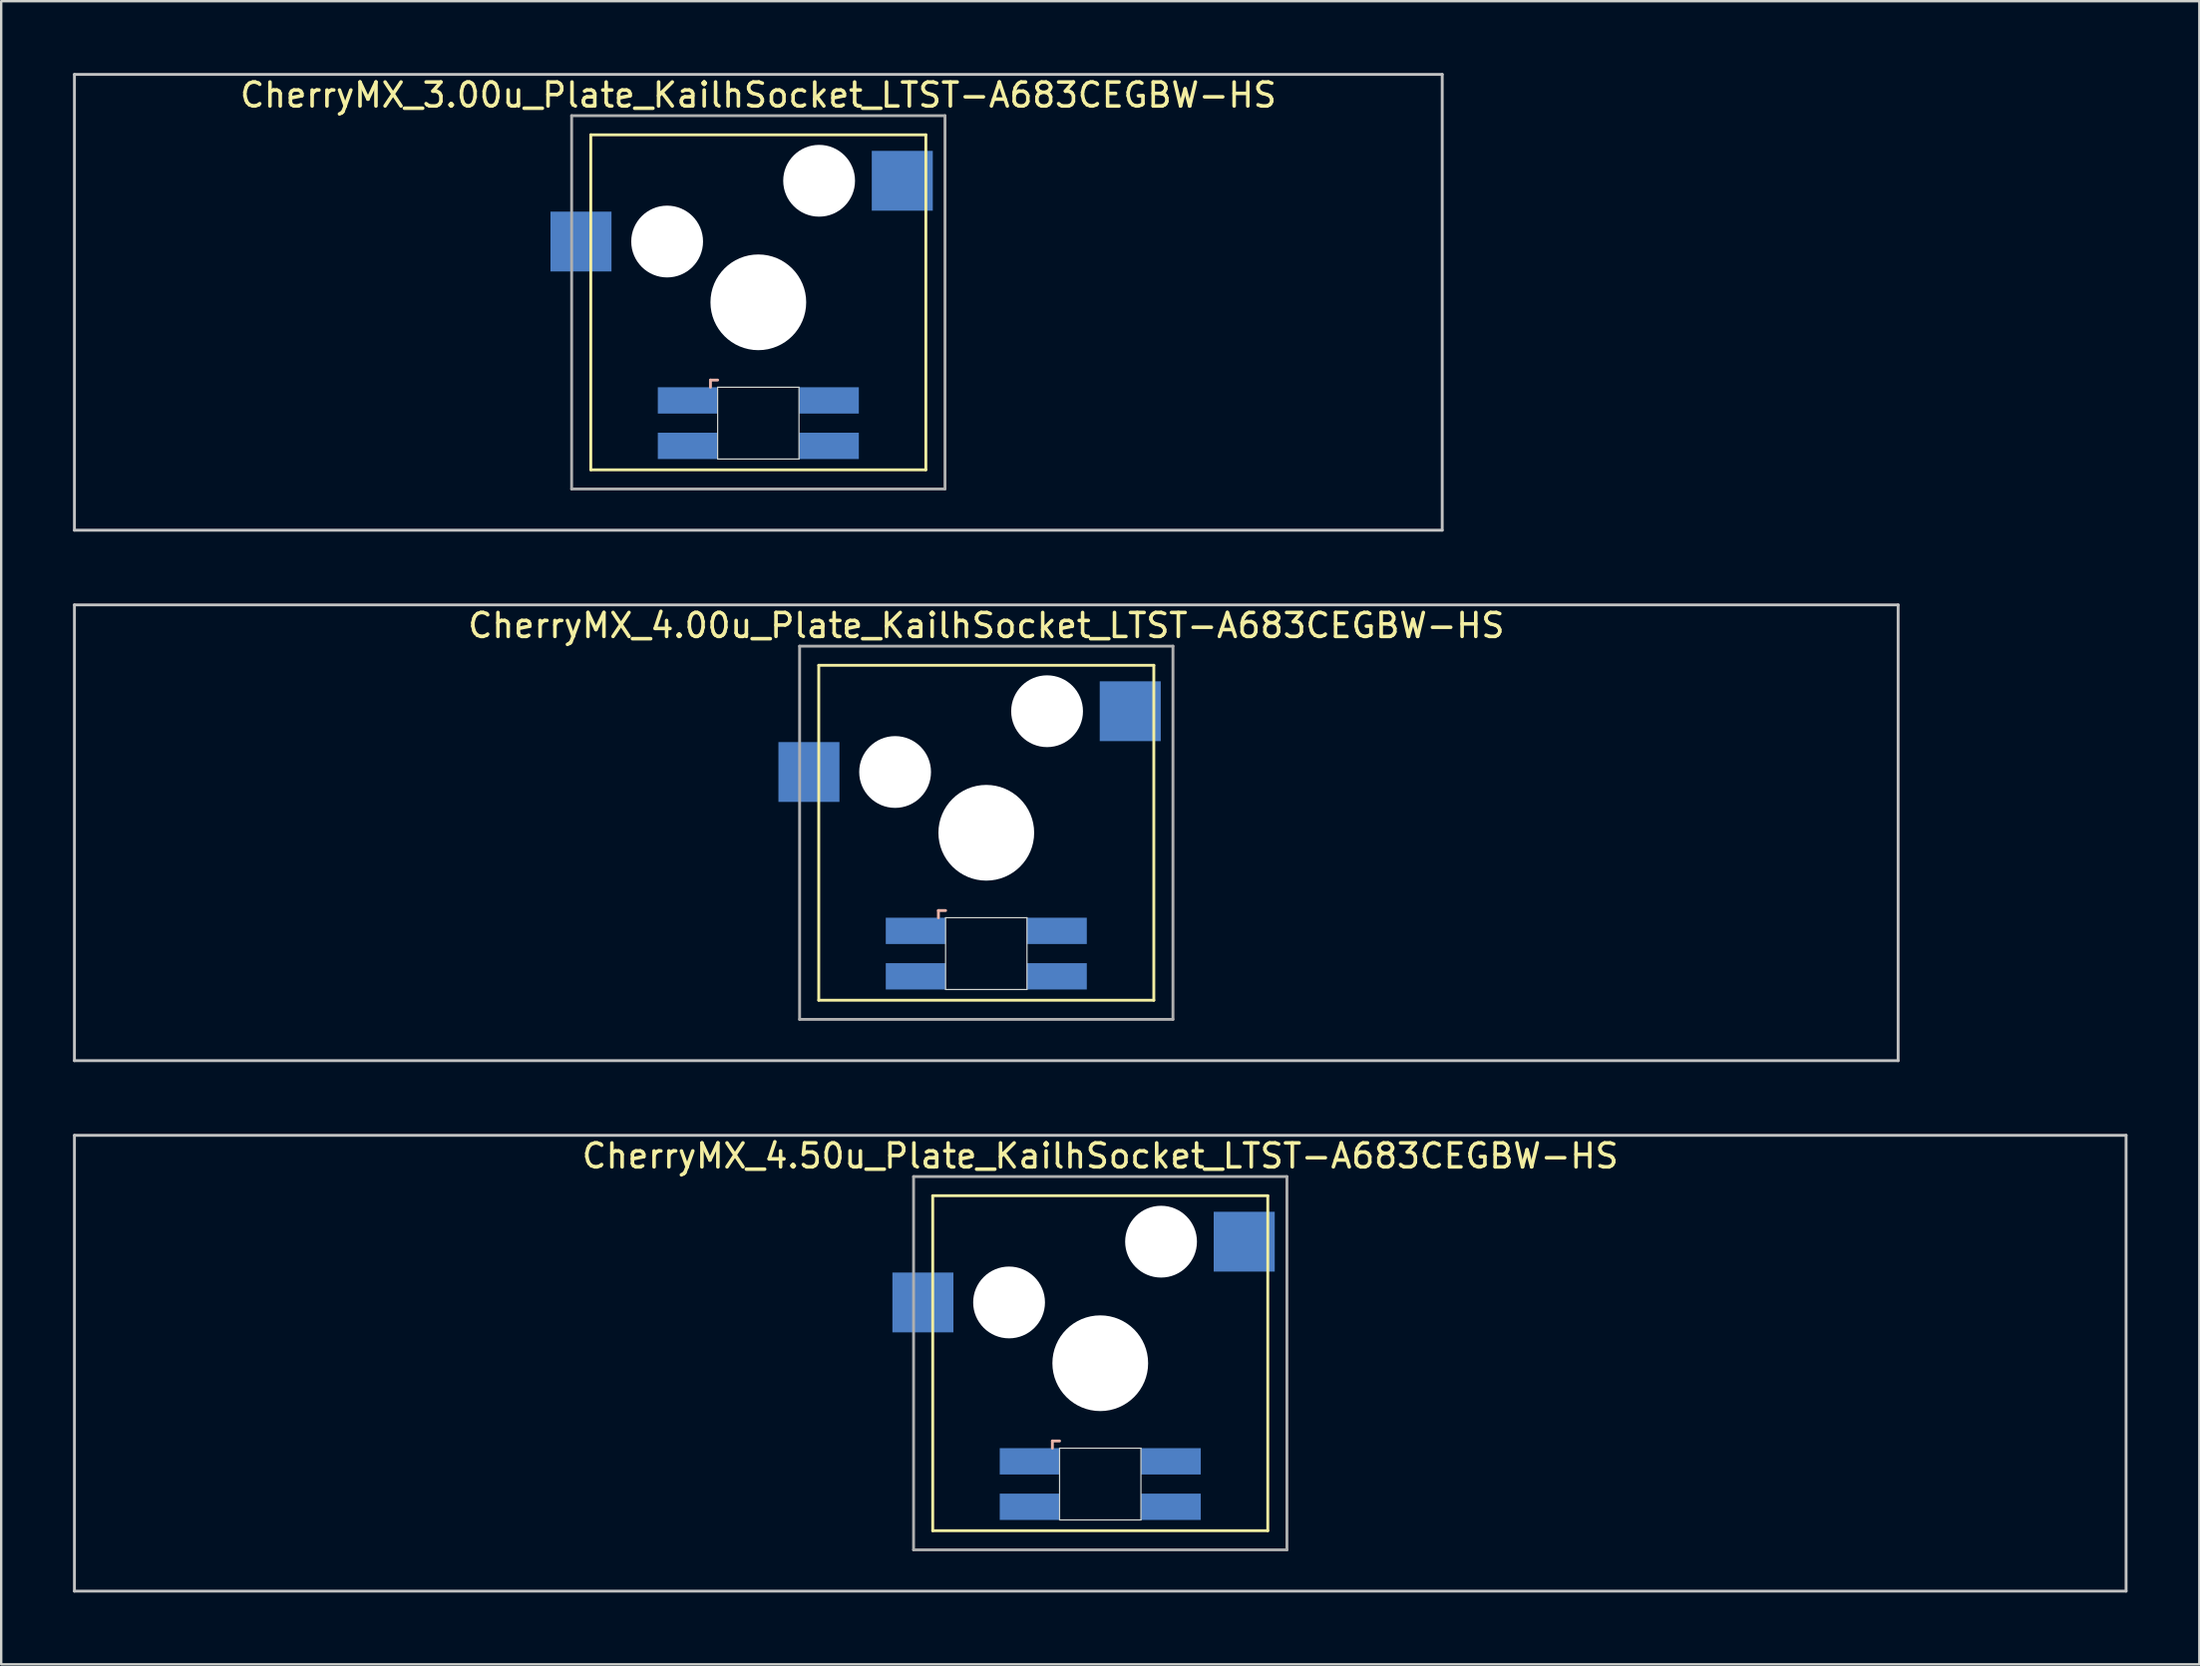
<source format=kicad_pcb>
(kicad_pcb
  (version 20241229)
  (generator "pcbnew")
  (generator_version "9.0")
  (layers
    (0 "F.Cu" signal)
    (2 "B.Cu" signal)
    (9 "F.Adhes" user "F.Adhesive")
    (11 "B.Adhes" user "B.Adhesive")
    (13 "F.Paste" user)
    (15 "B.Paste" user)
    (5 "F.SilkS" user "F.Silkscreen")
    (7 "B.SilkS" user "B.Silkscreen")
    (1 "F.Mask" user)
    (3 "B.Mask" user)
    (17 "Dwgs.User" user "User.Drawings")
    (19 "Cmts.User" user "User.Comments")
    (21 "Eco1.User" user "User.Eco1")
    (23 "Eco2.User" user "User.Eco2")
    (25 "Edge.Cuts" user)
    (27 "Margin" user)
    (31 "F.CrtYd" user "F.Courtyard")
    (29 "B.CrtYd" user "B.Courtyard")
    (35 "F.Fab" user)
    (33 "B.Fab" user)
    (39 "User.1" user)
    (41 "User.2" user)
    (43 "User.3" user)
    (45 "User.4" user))
  (footprint "CherryMX_4.00u_Plate_KailhSocket_LTST-A683CEGBW-HS"
    (layer "F.Cu")
    (at 38.16 31.755)
    (property "Reference" "CherryMX_4.00u_Plate_KailhSocket_LTST-A683CEGBW-HS" (at 0 -8.662 0) (layer "F.SilkS") (effects (font (size 1 1) (thickness 0.15))))
    (attr through_hole)
    (fp_line (start -7 -7) (end -7 7) (stroke (width 0.12) (type solid)) (layer "F.SilkS"))
    (fp_line (start -7 -7) (end 7 -7) (stroke (width 0.12) (type solid)) (layer "F.SilkS"))
    (fp_line (start 7 -7) (end 7 7) (stroke (width 0.12) (type solid)) (layer "F.SilkS"))
    (fp_line (start 7 7) (end -7 7) (stroke (width 0.12) (type solid)) (layer "F.SilkS"))
    (fp_line (start -2 3.25) (end -2 3.55) (stroke (width 0.12) (type solid)) (layer "B.SilkS"))
    (fp_line (start -1.7 3.25) (end -2 3.25) (stroke (width 0.12) (type solid)) (layer "B.SilkS"))
    (fp_line (start -38.1 -9.525) (end 38.1 -9.525) (stroke (width 0.12) (type solid)) (layer "Dwgs.User"))
    (fp_line (start -38.1 9.525) (end -38.1 -9.525) (stroke (width 0.12) (type solid)) (layer "Dwgs.User"))
    (fp_line (start 38.1 -9.525) (end 38.1 9.525) (stroke (width 0.12) (type solid)) (layer "Dwgs.User"))
    (fp_line (start 38.1 9.525) (end -38.1 9.525) (stroke (width 0.12) (type solid)) (layer "Dwgs.User"))
    (fp_line (start -1.7 3.55) (end 1.7 3.55) (stroke (width 0.05) (type solid)) (layer "Edge.Cuts"))
    (fp_line (start -1.7 6.55) (end -1.7 3.55) (stroke (width 0.05) (type solid)) (layer "Edge.Cuts"))
    (fp_line (start 1.7 3.55) (end 1.7 6.55) (stroke (width 0.05) (type solid)) (layer "Edge.Cuts"))
    (fp_line (start 1.7 6.55) (end -1.7 6.55) (stroke (width 0.05) (type solid)) (layer "Edge.Cuts"))
    (fp_line (start -7.8 -7.8) (end -7.8 7.8) (stroke (width 0.12) (type solid)) (layer "F.Fab"))
    (fp_line (start -7.8 -7.8) (end 7.8 -7.8) (stroke (width 0.12) (type solid)) (layer "F.Fab"))
    (fp_line (start -7.8 7.8) (end 7.8 7.8) (stroke (width 0.12) (type solid)) (layer "F.Fab"))
    (fp_line (start 7.8 -7.8) (end 7.8 7.8) (stroke (width 0.12) (type solid)) (layer "F.Fab"))
    (pad "" np_thru_hole circle (at -3.81 -2.54) (size 3 3) (drill 3) (layers "*.Cu" "*.Mask"))
    (pad "" np_thru_hole circle (at 0 0) (size 4 4) (drill 4) (layers "*.Cu" "*.Mask"))
    (pad "" np_thru_hole circle (at 2.54 -5.08) (size 3 3) (drill 3) (layers "*.Cu" "*.Mask"))
    (pad "1" smd rect (at -7.41 -2.54) (size 2.55 2.5) (layers "B.Cu" "B.Mask" "B.Paste"))
    (pad "2" smd rect (at 6.015 -5.08) (size 2.55 2.5) (layers "B.Cu" "B.Mask" "B.Paste"))
    (pad "3" smd rect (at -2.95 4.1) (size 2.5 1.1) (layers "B.Cu" "B.Mask" "B.Paste"))
    (pad "4" smd rect (at -2.95 6) (size 2.5 1.1) (layers "B.Cu" "B.Mask" "B.Paste"))
    (pad "5" smd rect (at 2.95 4.1) (size 2.5 1.1) (layers "B.Cu" "B.Mask" "B.Paste"))
    (pad "6" smd rect (at 2.95 6) (size 2.5 1.1) (layers "B.Cu" "B.Mask" "B.Paste")))
  (footprint "CherryMX_4.50u_Plate_KailhSocket_LTST-A683CEGBW-HS"
    (layer "F.Cu")
    (at 42.922 53.925)
    (property "Reference" "CherryMX_4.50u_Plate_KailhSocket_LTST-A683CEGBW-HS" (at 0 -8.662 0) (layer "F.SilkS") (effects (font (size 1 1) (thickness 0.15))))
    (attr through_hole)
    (fp_line (start -7 -7) (end -7 7) (stroke (width 0.12) (type solid)) (layer "F.SilkS"))
    (fp_line (start -7 -7) (end 7 -7) (stroke (width 0.12) (type solid)) (layer "F.SilkS"))
    (fp_line (start 7 -7) (end 7 7) (stroke (width 0.12) (type solid)) (layer "F.SilkS"))
    (fp_line (start 7 7) (end -7 7) (stroke (width 0.12) (type solid)) (layer "F.SilkS"))
    (fp_line (start -2 3.25) (end -2 3.55) (stroke (width 0.12) (type solid)) (layer "B.SilkS"))
    (fp_line (start -1.7 3.25) (end -2 3.25) (stroke (width 0.12) (type solid)) (layer "B.SilkS"))
    (fp_line (start -42.862 -9.525) (end 42.862 -9.525) (stroke (width 0.12) (type solid)) (layer "Dwgs.User"))
    (fp_line (start -42.862 9.525) (end -42.862 -9.525) (stroke (width 0.12) (type solid)) (layer "Dwgs.User"))
    (fp_line (start 42.862 -9.525) (end 42.862 9.525) (stroke (width 0.12) (type solid)) (layer "Dwgs.User"))
    (fp_line (start 42.862 9.525) (end -42.862 9.525) (stroke (width 0.12) (type solid)) (layer "Dwgs.User"))
    (fp_line (start -1.7 3.55) (end 1.7 3.55) (stroke (width 0.05) (type solid)) (layer "Edge.Cuts"))
    (fp_line (start -1.7 6.55) (end -1.7 3.55) (stroke (width 0.05) (type solid)) (layer "Edge.Cuts"))
    (fp_line (start 1.7 3.55) (end 1.7 6.55) (stroke (width 0.05) (type solid)) (layer "Edge.Cuts"))
    (fp_line (start 1.7 6.55) (end -1.7 6.55) (stroke (width 0.05) (type solid)) (layer "Edge.Cuts"))
    (fp_line (start -7.8 -7.8) (end -7.8 7.8) (stroke (width 0.12) (type solid)) (layer "F.Fab"))
    (fp_line (start -7.8 -7.8) (end 7.8 -7.8) (stroke (width 0.12) (type solid)) (layer "F.Fab"))
    (fp_line (start -7.8 7.8) (end 7.8 7.8) (stroke (width 0.12) (type solid)) (layer "F.Fab"))
    (fp_line (start 7.8 -7.8) (end 7.8 7.8) (stroke (width 0.12) (type solid)) (layer "F.Fab"))
    (pad "" np_thru_hole circle (at -3.81 -2.54) (size 3 3) (drill 3) (layers "*.Cu" "*.Mask"))
    (pad "" np_thru_hole circle (at 0 0) (size 4 4) (drill 4) (layers "*.Cu" "*.Mask"))
    (pad "" np_thru_hole circle (at 2.54 -5.08) (size 3 3) (drill 3) (layers "*.Cu" "*.Mask"))
    (pad "1" smd rect (at -7.41 -2.54) (size 2.55 2.5) (layers "B.Cu" "B.Mask" "B.Paste"))
    (pad "2" smd rect (at 6.015 -5.08) (size 2.55 2.5) (layers "B.Cu" "B.Mask" "B.Paste"))
    (pad "3" smd rect (at -2.95 4.1) (size 2.5 1.1) (layers "B.Cu" "B.Mask" "B.Paste"))
    (pad "4" smd rect (at -2.95 6) (size 2.5 1.1) (layers "B.Cu" "B.Mask" "B.Paste"))
    (pad "5" smd rect (at 2.95 4.1) (size 2.5 1.1) (layers "B.Cu" "B.Mask" "B.Paste"))
    (pad "6" smd rect (at 2.95 6) (size 2.5 1.1) (layers "B.Cu" "B.Mask" "B.Paste")))
  (footprint "CherryMX_3.00u_Plate_KailhSocket_LTST-A683CEGBW-HS"
    (layer "F.Cu")
    (at 28.635 9.585)
    (property "Reference" "CherryMX_3.00u_Plate_KailhSocket_LTST-A683CEGBW-HS" (at 0 -8.662 0) (layer "F.SilkS") (effects (font (size 1 1) (thickness 0.15))))
    (attr through_hole)
    (fp_line (start -7 -7) (end -7 7) (stroke (width 0.12) (type solid)) (layer "F.SilkS"))
    (fp_line (start -7 -7) (end 7 -7) (stroke (width 0.12) (type solid)) (layer "F.SilkS"))
    (fp_line (start 7 -7) (end 7 7) (stroke (width 0.12) (type solid)) (layer "F.SilkS"))
    (fp_line (start 7 7) (end -7 7) (stroke (width 0.12) (type solid)) (layer "F.SilkS"))
    (fp_line (start -2 3.25) (end -2 3.55) (stroke (width 0.12) (type solid)) (layer "B.SilkS"))
    (fp_line (start -1.7 3.25) (end -2 3.25) (stroke (width 0.12) (type solid)) (layer "B.SilkS"))
    (fp_line (start -28.575 -9.525) (end 28.575 -9.525) (stroke (width 0.12) (type solid)) (layer "Dwgs.User"))
    (fp_line (start -28.575 9.525) (end -28.575 -9.525) (stroke (width 0.12) (type solid)) (layer "Dwgs.User"))
    (fp_line (start 28.575 -9.525) (end 28.575 9.525) (stroke (width 0.12) (type solid)) (layer "Dwgs.User"))
    (fp_line (start 28.575 9.525) (end -28.575 9.525) (stroke (width 0.12) (type solid)) (layer "Dwgs.User"))
    (fp_line (start -1.7 3.55) (end 1.7 3.55) (stroke (width 0.05) (type solid)) (layer "Edge.Cuts"))
    (fp_line (start -1.7 6.55) (end -1.7 3.55) (stroke (width 0.05) (type solid)) (layer "Edge.Cuts"))
    (fp_line (start 1.7 3.55) (end 1.7 6.55) (stroke (width 0.05) (type solid)) (layer "Edge.Cuts"))
    (fp_line (start 1.7 6.55) (end -1.7 6.55) (stroke (width 0.05) (type solid)) (layer "Edge.Cuts"))
    (fp_line (start -7.8 -7.8) (end -7.8 7.8) (stroke (width 0.12) (type solid)) (layer "F.Fab"))
    (fp_line (start -7.8 -7.8) (end 7.8 -7.8) (stroke (width 0.12) (type solid)) (layer "F.Fab"))
    (fp_line (start -7.8 7.8) (end 7.8 7.8) (stroke (width 0.12) (type solid)) (layer "F.Fab"))
    (fp_line (start 7.8 -7.8) (end 7.8 7.8) (stroke (width 0.12) (type solid)) (layer "F.Fab"))
    (pad "" np_thru_hole circle (at -3.81 -2.54) (size 3 3) (drill 3) (layers "*.Cu" "*.Mask"))
    (pad "" np_thru_hole circle (at 0 0) (size 4 4) (drill 4) (layers "*.Cu" "*.Mask"))
    (pad "" np_thru_hole circle (at 2.54 -5.08) (size 3 3) (drill 3) (layers "*.Cu" "*.Mask"))
    (pad "1" smd rect (at -7.41 -2.54) (size 2.55 2.5) (layers "B.Cu" "B.Mask" "B.Paste"))
    (pad "2" smd rect (at 6.015 -5.08) (size 2.55 2.5) (layers "B.Cu" "B.Mask" "B.Paste"))
    (pad "3" smd rect (at -2.95 4.1) (size 2.5 1.1) (layers "B.Cu" "B.Mask" "B.Paste"))
    (pad "4" smd rect (at -2.95 6) (size 2.5 1.1) (layers "B.Cu" "B.Mask" "B.Paste"))
    (pad "5" smd rect (at 2.95 4.1) (size 2.5 1.1) (layers "B.Cu" "B.Mask" "B.Paste"))
    (pad "6" smd rect (at 2.95 6) (size 2.5 1.1) (layers "B.Cu" "B.Mask" "B.Paste")))
  (gr_rect
    (start -3 -3)
    (end 88.845 66.51)
    (stroke (width 0.1) (type default))
    (fill no)
    (layer "Edge.Cuts")))
</source>
